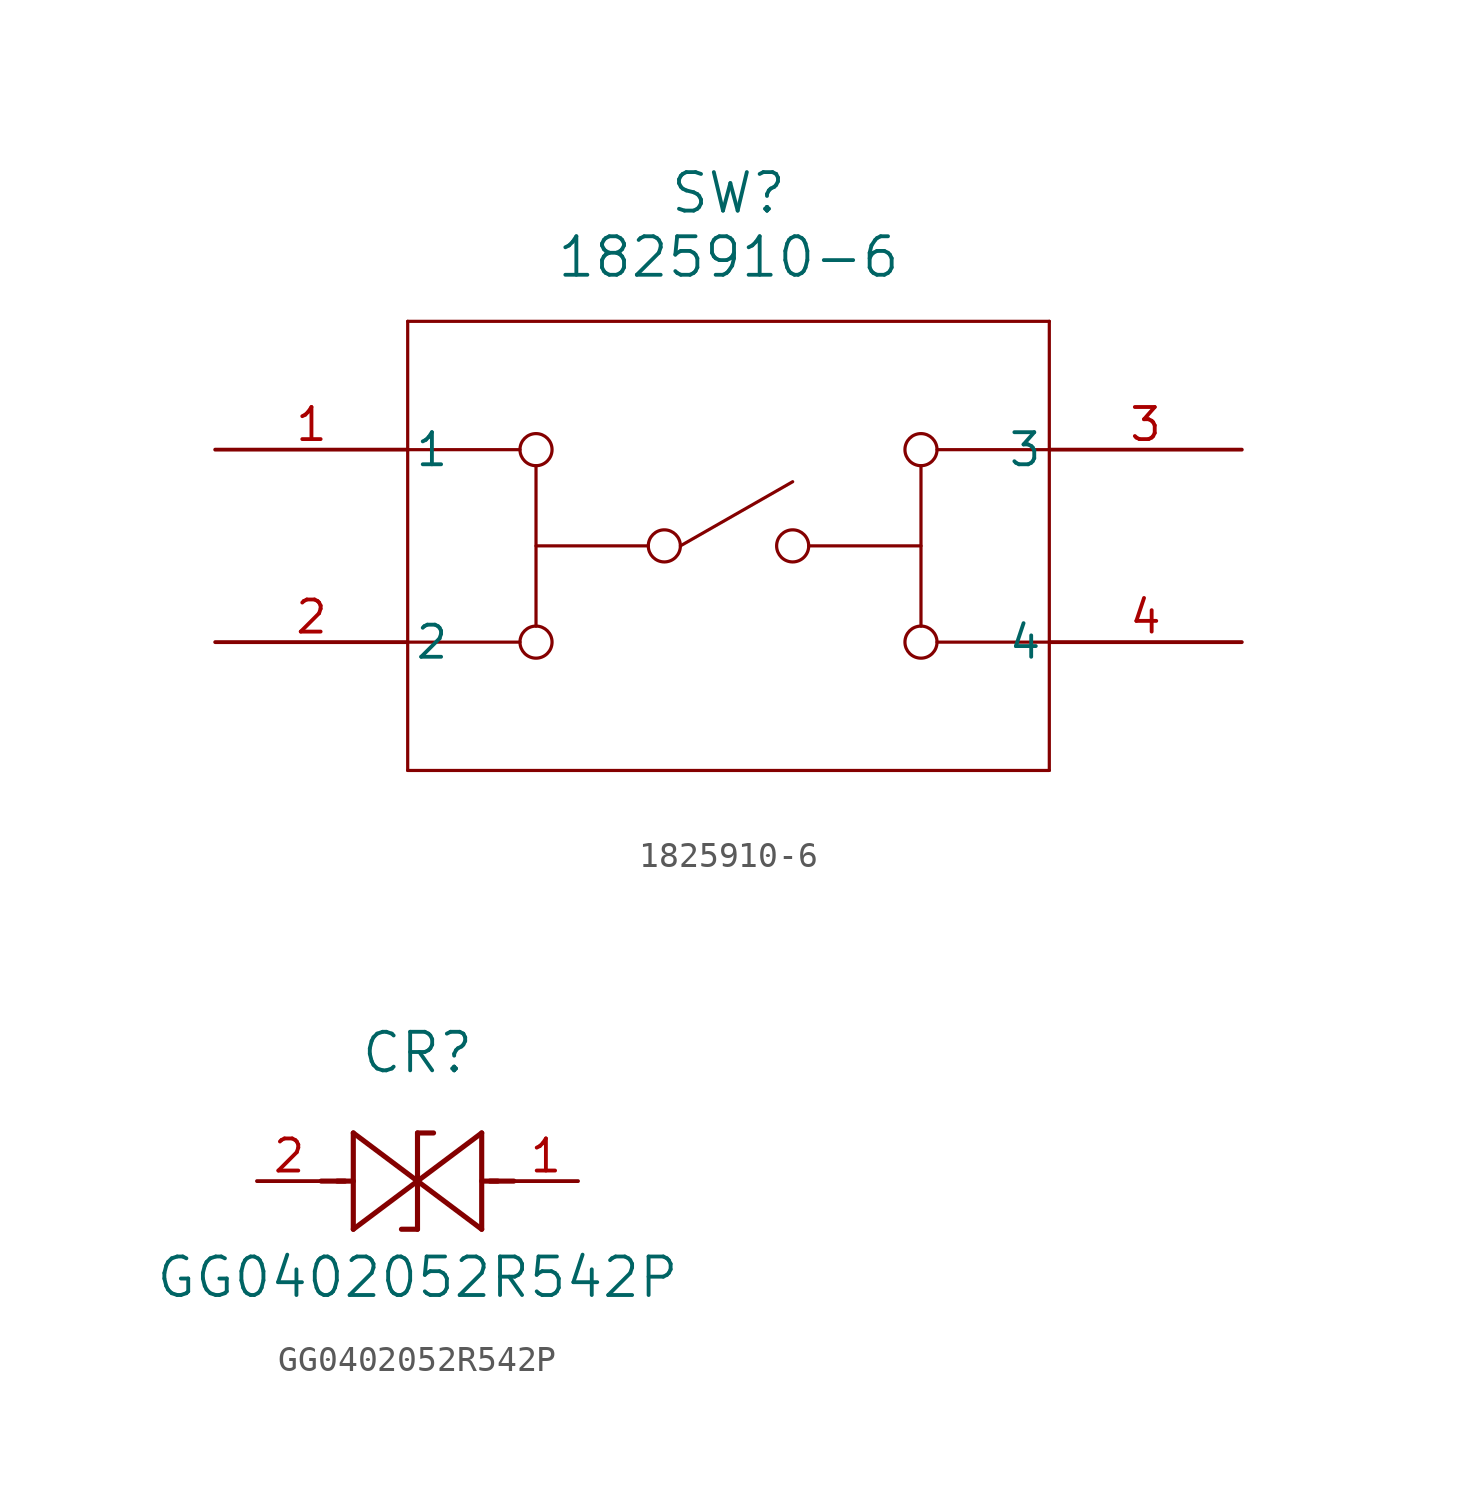
<source format=kicad_sym>
(kicad_symbol_lib
  (version 20241209)
  (generator "kicad_symbol_editor")
  (generator_version "9.0")
  (symbol "1825910-6"
    (pin_names
      (offset 0.254))
    (property "Reference" "SW"
      (at 20.32 10.16 0)
      (effects (font (size 1.524 1.524))))
    (property "Value" "1825910-6"
      (at 20.32 7.62 0)
      (effects (font (size 1.524 1.524))))
    (symbol "1825910-6_0_1"
      (polyline (pts (xy 7.62 5.08) (xy 7.62 -12.7)) (stroke (width 0.127) (type default)) (fill (type none)))
      (polyline (pts (xy 7.62 0) (xy 12.065 0)) (stroke (width 0.127) (type default)) (fill (type none)))
      (polyline (pts (xy 7.62 -7.62) (xy 12.065 -7.62)) (stroke (width 0.127) (type default)) (fill (type none)))
      (polyline (pts (xy 7.62 -12.7) (xy 33.02 -12.7)) (stroke (width 0.127) (type default)) (fill (type none)))
      (circle (center 12.7 0) (radius 0.635) (stroke (width 0.127) (type default)) (fill (type none)))
      (polyline (pts (xy 12.7 -0.635) (xy 12.7 -6.985)) (stroke (width 0.127) (type default)) (fill (type none)))
      (polyline (pts (xy 12.7 -3.81) (xy 17.145 -3.81)) (stroke (width 0.127) (type default)) (fill (type none)))
      (circle (center 12.7 -7.62) (radius 0.635) (stroke (width 0.127) (type default)) (fill (type none)))
      (circle (center 17.78 -3.81) (radius 0.635) (stroke (width 0.127) (type default)) (fill (type none)))
      (polyline (pts (xy 18.415 -3.81) (xy 22.86 -1.27)) (stroke (width 0.127) (type default)) (fill (type none)))
      (circle (center 22.86 -3.81) (radius 0.635) (stroke (width 0.127) (type default)) (fill (type none)))
      (circle (center 27.94 0) (radius 0.635) (stroke (width 0.127) (type default)) (fill (type none)))
      (polyline (pts (xy 27.94 -0.635) (xy 27.94 -6.985)) (stroke (width 0.127) (type default)) (fill (type none)))
      (polyline (pts (xy 27.94 -3.81) (xy 23.495 -3.81)) (stroke (width 0.127) (type default)) (fill (type none)))
      (circle (center 27.94 -7.62) (radius 0.635) (stroke (width 0.127) (type default)) (fill (type none)))
      (polyline (pts (xy 33.02 5.08) (xy 7.62 5.08)) (stroke (width 0.127) (type default)) (fill (type none)))
      (polyline (pts (xy 33.02 0) (xy 28.575 0)) (stroke (width 0.127) (type default)) (fill (type none)))
      (polyline (pts (xy 33.02 -7.62) (xy 28.575 -7.62)) (stroke (width 0.127) (type default)) (fill (type none)))
      (polyline (pts (xy 33.02 -12.7) (xy 33.02 5.08)) (stroke (width 0.127) (type default)) (fill (type none))))
    (symbol "1825910-6_1_1"
      (pin passive line (at 0 0 0) (length 7.62) (name "1" (effects (font (size 1.27 1.27)))) (number "1" (effects (font (size 1.27 1.27)))))
      (pin passive line (at 0 -7.62 0) (length 7.62) (name "2" (effects (font (size 1.27 1.27)))) (number "2" (effects (font (size 1.27 1.27)))))
      (pin passive line (at 40.64 0 180) (length 7.62) (name "3" (effects (font (size 1.27 1.27)))) (number "3" (effects (font (size 1.27 1.27)))))
      (pin passive line (at 40.64 -7.62 180) (length 7.62) (name "4" (effects (font (size 1.27 1.27)))) (number "4" (effects (font (size 1.27 1.27)))))))
  (symbol "GG0402052R542P"
    (pin_names
      (offset 0.254))
    (property "Reference" "CR"
      (at 6.35 5.08 0)
      (effects (font (size 1.524 1.524))))
    (property "Value" "GG0402052R542P"
      (at 6.35 -3.81 0)
      (effects (font (size 1.524 1.524))))
    (symbol "GG0402052R542P_0_1"
      (polyline (pts (xy 2.54 0) (xy 3.48 0)) (stroke (width 0.203) (type default)) (fill (type none)))
      (polyline (pts (xy 3.175 0) (xy 3.81 0)) (stroke (width 0.203) (type default)) (fill (type none)))
      (polyline (pts (xy 3.81 1.905) (xy 3.81 -1.905)) (stroke (width 0.203) (type default)) (fill (type none)))
      (polyline (pts (xy 3.81 -1.905) (xy 6.35 0)) (stroke (width 0.203) (type default)) (fill (type none)))
      (polyline (pts (xy 6.35 1.905) (xy 6.35 -1.905)) (stroke (width 0.203) (type default)) (fill (type none)))
      (polyline (pts (xy 6.35 1.905) (xy 6.985 1.905)) (stroke (width 0.203) (type default)) (fill (type none)))
      (polyline (pts (xy 6.35 0) (xy 3.81 1.905)) (stroke (width 0.203) (type default)) (fill (type none)))
      (polyline (pts (xy 6.35 0) (xy 8.89 -1.905)) (stroke (width 0.203) (type default)) (fill (type none)))
      (polyline (pts (xy 6.35 -1.905) (xy 5.715 -1.905)) (stroke (width 0.203) (type default)) (fill (type none)))
      (polyline (pts (xy 8.89 1.905) (xy 6.35 0)) (stroke (width 0.203) (type default)) (fill (type none)))
      (polyline (pts (xy 8.89 -1.905) (xy 8.89 1.905)) (stroke (width 0.203) (type default)) (fill (type none)))
      (polyline (pts (xy 9.525 0) (xy 8.89 0)) (stroke (width 0.203) (type default)) (fill (type none)))
      (polyline (pts (xy 10.16 0) (xy 9.22 0)) (stroke (width 0.203) (type default)) (fill (type none))))
    (symbol "GG0402052R542P_1_1"
      (pin bidirectional line (at 0 0 0) (length 2.54) (name "" (effects (font (size 1.27 1.27)))) (number "2" (effects (font (size 1.27 1.27)))))
      (pin bidirectional line (at 12.7 0 180) (length 2.54) (name "" (effects (font (size 1.27 1.27)))) (number "1" (effects (font (size 1.27 1.27))))))))
</source>
